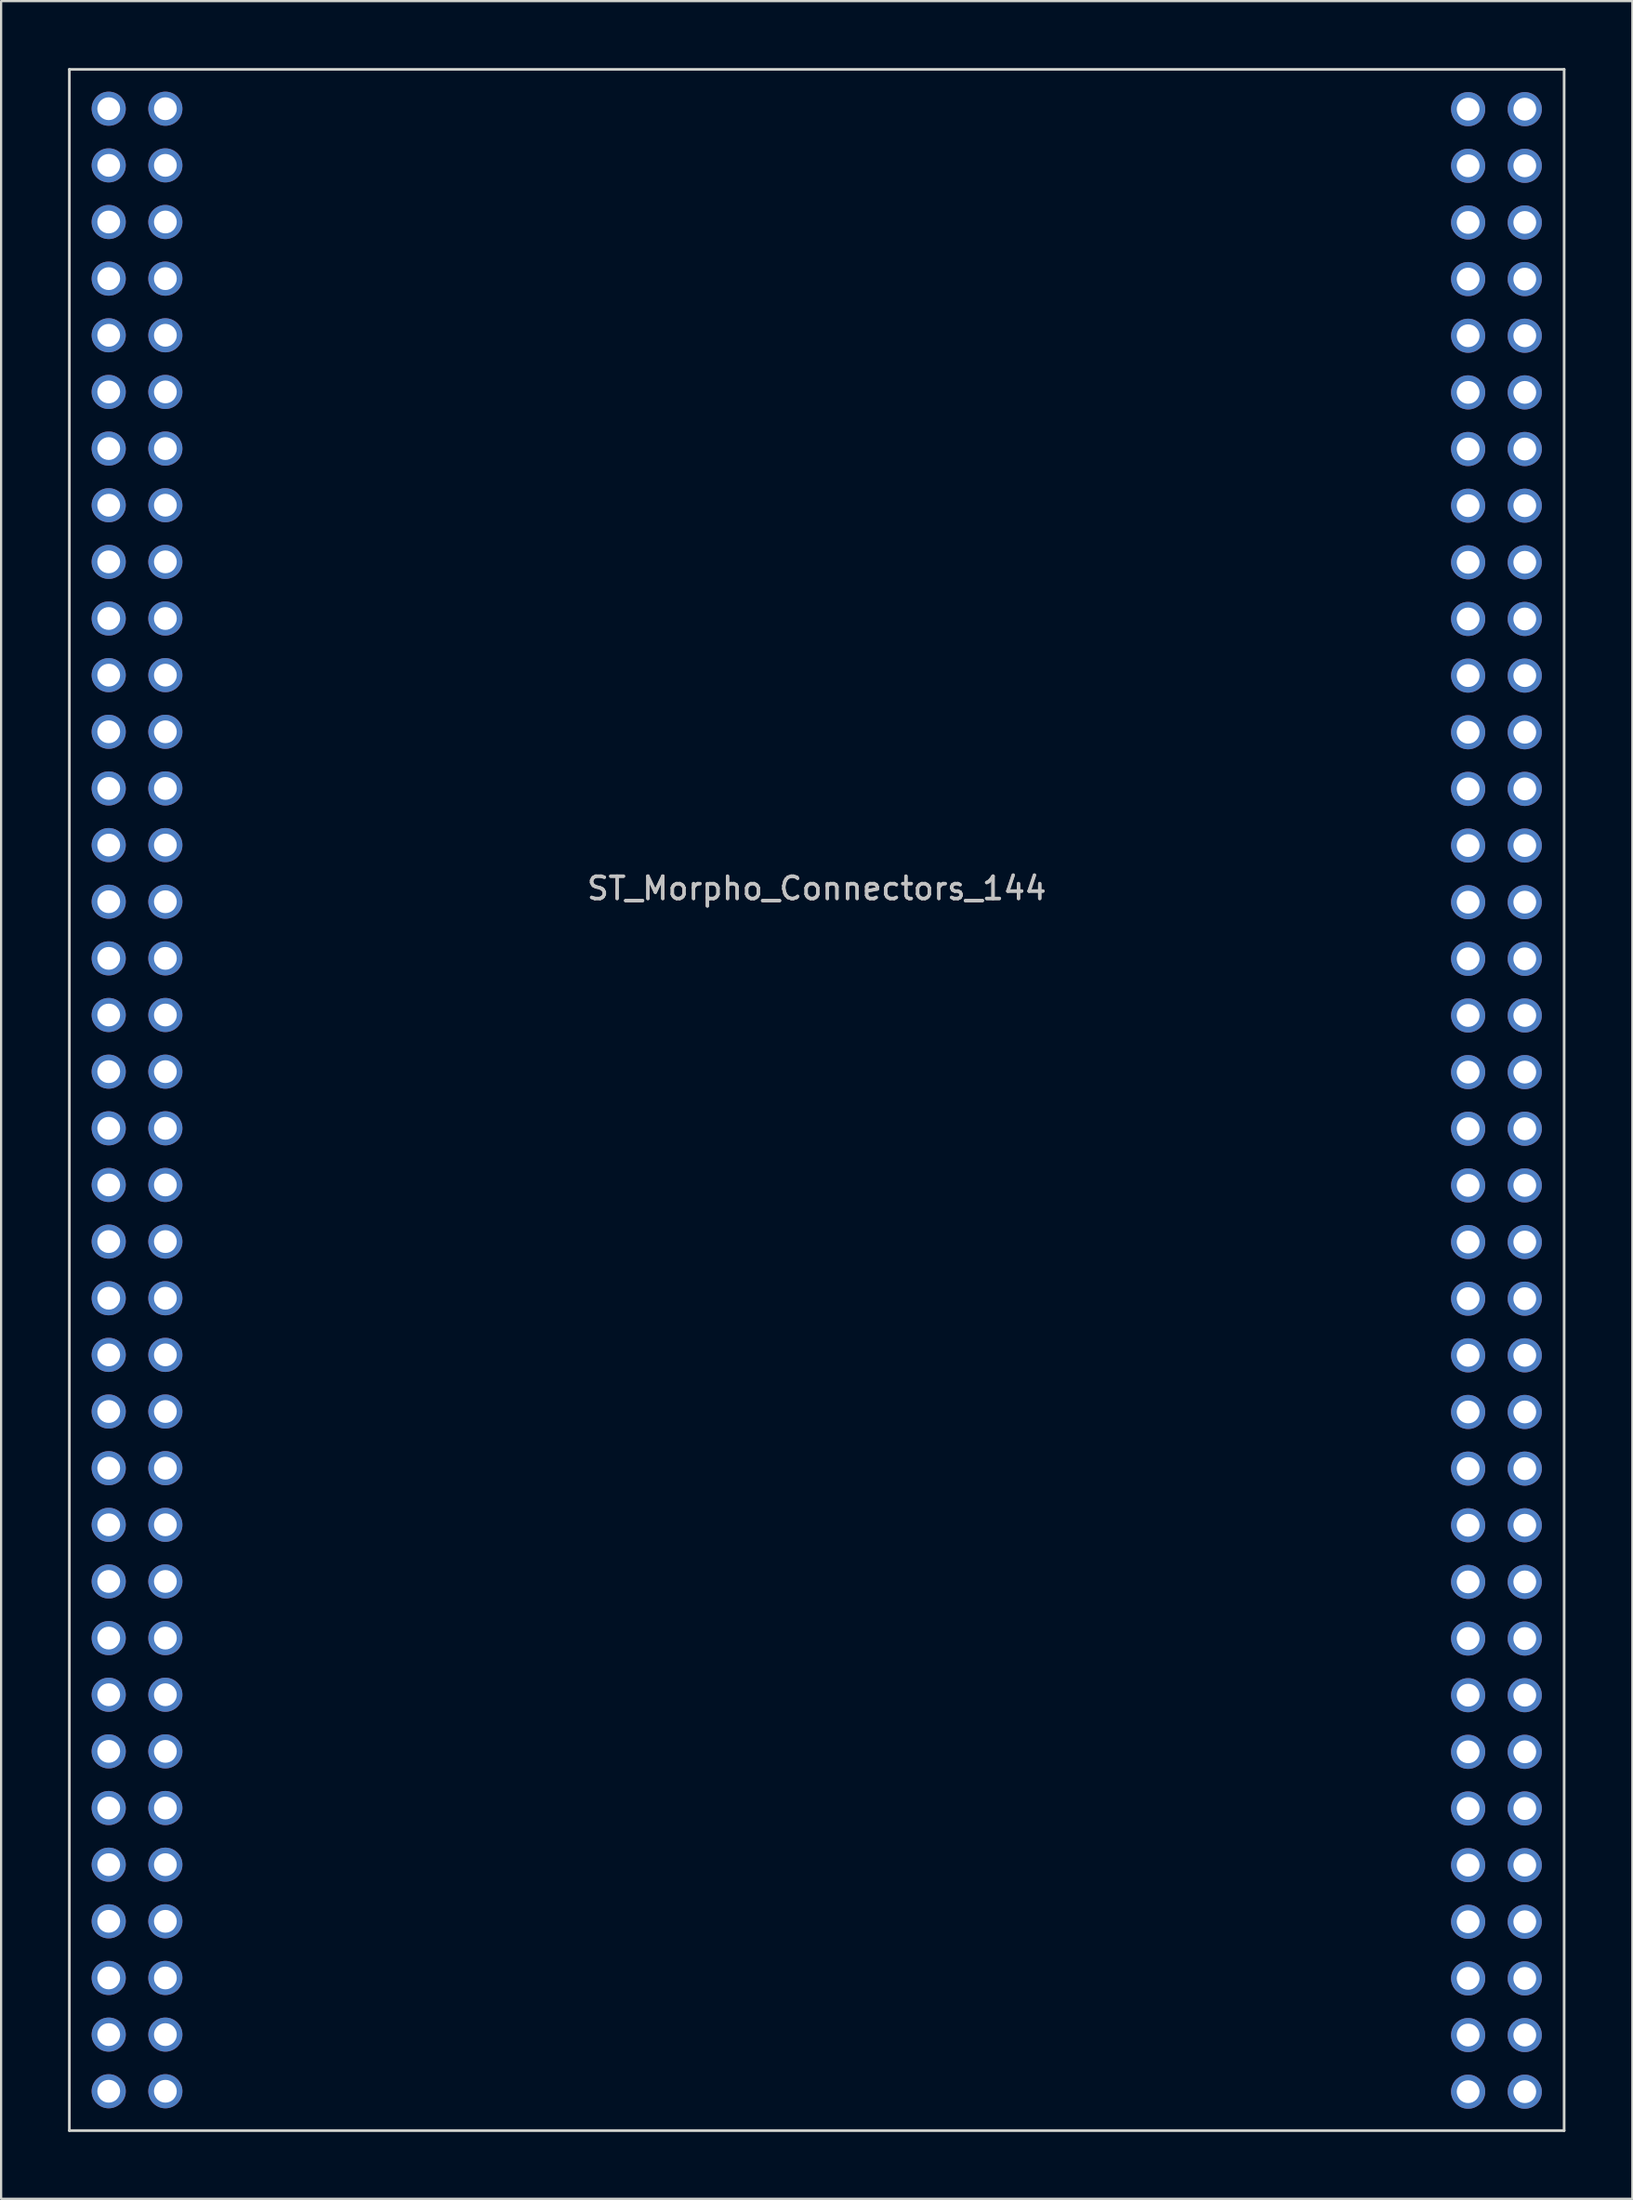
<source format=kicad_pcb>
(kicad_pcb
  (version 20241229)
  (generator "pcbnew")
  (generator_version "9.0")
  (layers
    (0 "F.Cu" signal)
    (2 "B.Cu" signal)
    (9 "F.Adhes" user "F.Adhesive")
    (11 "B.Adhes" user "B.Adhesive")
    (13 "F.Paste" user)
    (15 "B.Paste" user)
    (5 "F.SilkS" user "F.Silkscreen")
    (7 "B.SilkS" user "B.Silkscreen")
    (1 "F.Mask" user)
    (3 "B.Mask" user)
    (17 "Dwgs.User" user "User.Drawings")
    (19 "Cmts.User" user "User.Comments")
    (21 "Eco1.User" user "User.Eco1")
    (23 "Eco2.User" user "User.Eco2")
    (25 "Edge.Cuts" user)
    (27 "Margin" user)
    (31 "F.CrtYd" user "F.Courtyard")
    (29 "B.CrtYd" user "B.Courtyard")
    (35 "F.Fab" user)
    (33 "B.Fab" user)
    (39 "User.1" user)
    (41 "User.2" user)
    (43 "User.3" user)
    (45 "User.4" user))
  (footprint "ST_Morpho_Connectors_144"
    (layer "F.Cu")
    (at 33.62 36.65)
    (property "Reference" "ST_Morpho_Connectors_144" (at -0.045 0.13 0) (layer "Dwgs.User") (effects (font (size 1 1) (thickness 0.15))))
    (attr through_hole)
    (fp_line (start -33.56 -36.59) (end -33.56 55.84) (stroke (width 0.12) (type solid)) (layer "Edge.Cuts"))
    (fp_line (start -33.56 -36.59) (end 33.47 -36.59) (stroke (width 0.12) (type solid)) (layer "Edge.Cuts"))
    (fp_line (start -33.56 55.84) (end 33.47 55.84) (stroke (width 0.12) (type solid)) (layer "Edge.Cuts"))
    (fp_line (start 33.47 -36.59) (end 33.47 55.84) (stroke (width 0.12) (type solid)) (layer "Edge.Cuts"))
    (fp_text user "${REFERENCE}" (at -0.045 0.14 0) (layer "F.Fab") (effects (font (size 1 1) (thickness 0.15))))
    (pad "1" thru_hole circle (at -31.795 -34.825) (size 1.53 1.53) (drill 1.02) (layers "*.Cu" "*.Mask"))
    (pad "2" thru_hole circle (at -29.255 -34.825) (size 1.53 1.53) (drill 1.02) (layers "*.Cu" "*.Mask"))
    (pad "3" thru_hole circle (at -31.795 -32.285) (size 1.53 1.53) (drill 1.02) (layers "*.Cu" "*.Mask"))
    (pad "4" thru_hole circle (at -29.255 -32.285) (size 1.53 1.53) (drill 1.02) (layers "*.Cu" "*.Mask"))
    (pad "5" thru_hole circle (at -31.795 -29.745) (size 1.53 1.53) (drill 1.02) (layers "*.Cu" "*.Mask"))
    (pad "6" thru_hole circle (at -29.255 -29.745) (size 1.53 1.53) (drill 1.02) (layers "*.Cu" "*.Mask"))
    (pad "7" thru_hole circle (at -31.795 -27.205) (size 1.53 1.53) (drill 1.02) (layers "*.Cu" "*.Mask"))
    (pad "8" thru_hole circle (at -29.255 -27.205) (size 1.53 1.53) (drill 1.02) (layers "*.Cu" "*.Mask"))
    (pad "9" thru_hole circle (at -31.795 -24.665) (size 1.53 1.53) (drill 1.02) (layers "*.Cu" "*.Mask"))
    (pad "10" thru_hole circle (at -29.255 -24.665) (size 1.53 1.53) (drill 1.02) (layers "*.Cu" "*.Mask"))
    (pad "11" thru_hole circle (at -31.795 -22.125) (size 1.53 1.53) (drill 1.02) (layers "*.Cu" "*.Mask"))
    (pad "12" thru_hole circle (at -29.255 -22.125) (size 1.53 1.53) (drill 1.02) (layers "*.Cu" "*.Mask"))
    (pad "13" thru_hole circle (at -31.795 -19.585) (size 1.53 1.53) (drill 1.02) (layers "*.Cu" "*.Mask"))
    (pad "14" thru_hole circle (at -29.255 -19.585) (size 1.53 1.53) (drill 1.02) (layers "*.Cu" "*.Mask"))
    (pad "15" thru_hole circle (at -31.795 -17.045) (size 1.53 1.53) (drill 1.02) (layers "*.Cu" "*.Mask"))
    (pad "16" thru_hole circle (at -29.255 -17.045) (size 1.53 1.53) (drill 1.02) (layers "*.Cu" "*.Mask"))
    (pad "17" thru_hole circle (at -31.795 -14.505) (size 1.53 1.53) (drill 1.02) (layers "*.Cu" "*.Mask"))
    (pad "18" thru_hole circle (at -29.255 -14.505) (size 1.53 1.53) (drill 1.02) (layers "*.Cu" "*.Mask"))
    (pad "19" thru_hole circle (at -31.795 -11.965) (size 1.53 1.53) (drill 1.02) (layers "*.Cu" "*.Mask"))
    (pad "20" thru_hole circle (at -29.255 -11.965) (size 1.53 1.53) (drill 1.02) (layers "*.Cu" "*.Mask"))
    (pad "21" thru_hole circle (at -31.795 -9.425) (size 1.53 1.53) (drill 1.02) (layers "*.Cu" "*.Mask"))
    (pad "22" thru_hole circle (at -29.255 -9.425) (size 1.53 1.53) (drill 1.02) (layers "*.Cu" "*.Mask"))
    (pad "23" thru_hole circle (at -31.795 -6.885) (size 1.53 1.53) (drill 1.02) (layers "*.Cu" "*.Mask"))
    (pad "24" thru_hole circle (at -29.255 -6.885) (size 1.53 1.53) (drill 1.02) (layers "*.Cu" "*.Mask"))
    (pad "25" thru_hole circle (at -31.795 -4.345) (size 1.53 1.53) (drill 1.02) (layers "*.Cu" "*.Mask"))
    (pad "26" thru_hole circle (at -29.255 -4.345) (size 1.53 1.53) (drill 1.02) (layers "*.Cu" "*.Mask"))
    (pad "27" thru_hole circle (at -31.795 -1.805) (size 1.53 1.53) (drill 1.02) (layers "*.Cu" "*.Mask"))
    (pad "28" thru_hole circle (at -29.255 -1.805) (size 1.53 1.53) (drill 1.02) (layers "*.Cu" "*.Mask"))
    (pad "29" thru_hole circle (at -31.795 0.735) (size 1.53 1.53) (drill 1.02) (layers "*.Cu" "*.Mask"))
    (pad "30" thru_hole circle (at -29.255 0.735) (size 1.53 1.53) (drill 1.02) (layers "*.Cu" "*.Mask"))
    (pad "31" thru_hole circle (at -31.795 3.275) (size 1.53 1.53) (drill 1.02) (layers "*.Cu" "*.Mask"))
    (pad "32" thru_hole circle (at -29.255 3.275) (size 1.53 1.53) (drill 1.02) (layers "*.Cu" "*.Mask"))
    (pad "33" thru_hole circle (at -31.795 5.815) (size 1.53 1.53) (drill 1.02) (layers "*.Cu" "*.Mask"))
    (pad "34" thru_hole circle (at -29.255 5.815) (size 1.53 1.53) (drill 1.02) (layers "*.Cu" "*.Mask"))
    (pad "35" thru_hole circle (at -31.795 8.355) (size 1.53 1.53) (drill 1.02) (layers "*.Cu" "*.Mask"))
    (pad "36" thru_hole circle (at -29.255 8.355) (size 1.53 1.53) (drill 1.02) (layers "*.Cu" "*.Mask"))
    (pad "37" thru_hole circle (at -31.795 10.895) (size 1.53 1.53) (drill 1.02) (layers "*.Cu" "*.Mask"))
    (pad "38" thru_hole circle (at -29.255 10.895) (size 1.53 1.53) (drill 1.02) (layers "*.Cu" "*.Mask"))
    (pad "39" thru_hole circle (at -31.795 13.435) (size 1.53 1.53) (drill 1.02) (layers "*.Cu" "*.Mask"))
    (pad "40" thru_hole circle (at -29.255 13.435) (size 1.53 1.53) (drill 1.02) (layers "*.Cu" "*.Mask"))
    (pad "41" thru_hole circle (at -31.795 15.975) (size 1.53 1.53) (drill 1.02) (layers "*.Cu" "*.Mask"))
    (pad "42" thru_hole circle (at -29.255 15.975) (size 1.53 1.53) (drill 1.02) (layers "*.Cu" "*.Mask"))
    (pad "43" thru_hole circle (at -31.795 18.515) (size 1.53 1.53) (drill 1.02) (layers "*.Cu" "*.Mask"))
    (pad "44" thru_hole circle (at -29.255 18.515) (size 1.53 1.53) (drill 1.02) (layers "*.Cu" "*.Mask"))
    (pad "45" thru_hole circle (at -31.795 21.055) (size 1.53 1.53) (drill 1.02) (layers "*.Cu" "*.Mask"))
    (pad "46" thru_hole circle (at -29.255 21.055) (size 1.53 1.53) (drill 1.02) (layers "*.Cu" "*.Mask"))
    (pad "47" thru_hole circle (at -31.795 23.595) (size 1.53 1.53) (drill 1.02) (layers "*.Cu" "*.Mask"))
    (pad "48" thru_hole circle (at -29.255 23.595) (size 1.53 1.53) (drill 1.02) (layers "*.Cu" "*.Mask"))
    (pad "49" thru_hole circle (at -31.795 26.135) (size 1.53 1.53) (drill 1.02) (layers "*.Cu" "*.Mask"))
    (pad "50" thru_hole circle (at -29.255 26.135) (size 1.53 1.53) (drill 1.02) (layers "*.Cu" "*.Mask"))
    (pad "51" thru_hole circle (at -31.795 28.675) (size 1.53 1.53) (drill 1.02) (layers "*.Cu" "*.Mask"))
    (pad "52" thru_hole circle (at -29.255 28.675) (size 1.53 1.53) (drill 1.02) (layers "*.Cu" "*.Mask"))
    (pad "53" thru_hole circle (at -31.795 31.215) (size 1.53 1.53) (drill 1.02) (layers "*.Cu" "*.Mask"))
    (pad "54" thru_hole circle (at -29.255 31.215) (size 1.53 1.53) (drill 1.02) (layers "*.Cu" "*.Mask"))
    (pad "55" thru_hole circle (at -31.795 33.755) (size 1.53 1.53) (drill 1.02) (layers "*.Cu" "*.Mask"))
    (pad "56" thru_hole circle (at -29.255 33.755) (size 1.53 1.53) (drill 1.02) (layers "*.Cu" "*.Mask"))
    (pad "57" thru_hole circle (at -31.795 36.295) (size 1.53 1.53) (drill 1.02) (layers "*.Cu" "*.Mask"))
    (pad "58" thru_hole circle (at -29.255 36.295) (size 1.53 1.53) (drill 1.02) (layers "*.Cu" "*.Mask"))
    (pad "59" thru_hole circle (at -31.795 38.835) (size 1.53 1.53) (drill 1.02) (layers "*.Cu" "*.Mask"))
    (pad "60" thru_hole circle (at -29.255 38.835) (size 1.53 1.53) (drill 1.02) (layers "*.Cu" "*.Mask"))
    (pad "61" thru_hole circle (at -31.795 41.375) (size 1.53 1.53) (drill 1.02) (layers "*.Cu" "*.Mask"))
    (pad "62" thru_hole circle (at -29.255 41.375) (size 1.53 1.53) (drill 1.02) (layers "*.Cu" "*.Mask"))
    (pad "63" thru_hole circle (at -31.795 43.915) (size 1.53 1.53) (drill 1.02) (layers "*.Cu" "*.Mask"))
    (pad "64" thru_hole circle (at -29.255 43.915) (size 1.53 1.53) (drill 1.02) (layers "*.Cu" "*.Mask"))
    (pad "65" thru_hole circle (at -31.795 46.455) (size 1.53 1.53) (drill 1.02) (layers "*.Cu" "*.Mask"))
    (pad "66" thru_hole circle (at -29.255 46.455) (size 1.53 1.53) (drill 1.02) (layers "*.Cu" "*.Mask"))
    (pad "67" thru_hole circle (at -31.795 48.995) (size 1.53 1.53) (drill 1.02) (layers "*.Cu" "*.Mask"))
    (pad "68" thru_hole circle (at -29.255 48.995) (size 1.53 1.53) (drill 1.02) (layers "*.Cu" "*.Mask"))
    (pad "69" thru_hole circle (at -31.795 51.535) (size 1.53 1.53) (drill 1.02) (layers "*.Cu" "*.Mask"))
    (pad "70" thru_hole circle (at -29.255 51.535) (size 1.53 1.53) (drill 1.02) (layers "*.Cu" "*.Mask"))
    (pad "71" thru_hole circle (at -31.795 54.075) (size 1.53 1.53) (drill 1.02) (layers "*.Cu" "*.Mask"))
    (pad "72" thru_hole circle (at -29.255 54.075) (size 1.53 1.53) (drill 1.02) (layers "*.Cu" "*.Mask"))
    (pad "73" thru_hole circle (at 29.165 -34.805) (size 1.53 1.53) (drill 1.02) (layers "*.Cu" "*.Mask"))
    (pad "74" thru_hole circle (at 31.705 -34.805) (size 1.53 1.53) (drill 1.02) (layers "*.Cu" "*.Mask"))
    (pad "75" thru_hole circle (at 29.165 -32.265) (size 1.53 1.53) (drill 1.02) (layers "*.Cu" "*.Mask"))
    (pad "76" thru_hole circle (at 31.705 -32.265) (size 1.53 1.53) (drill 1.02) (layers "*.Cu" "*.Mask"))
    (pad "77" thru_hole circle (at 29.165 -29.725) (size 1.53 1.53) (drill 1.02) (layers "*.Cu" "*.Mask"))
    (pad "78" thru_hole circle (at 31.705 -29.725) (size 1.53 1.53) (drill 1.02) (layers "*.Cu" "*.Mask"))
    (pad "79" thru_hole circle (at 29.165 -27.185) (size 1.53 1.53) (drill 1.02) (layers "*.Cu" "*.Mask"))
    (pad "80" thru_hole circle (at 31.705 -27.185) (size 1.53 1.53) (drill 1.02) (layers "*.Cu" "*.Mask"))
    (pad "81" thru_hole circle (at 29.165 -24.645) (size 1.53 1.53) (drill 1.02) (layers "*.Cu" "*.Mask"))
    (pad "82" thru_hole circle (at 31.705 -24.645) (size 1.53 1.53) (drill 1.02) (layers "*.Cu" "*.Mask"))
    (pad "83" thru_hole circle (at 29.165 -22.105) (size 1.53 1.53) (drill 1.02) (layers "*.Cu" "*.Mask"))
    (pad "84" thru_hole circle (at 31.705 -22.105) (size 1.53 1.53) (drill 1.02) (layers "*.Cu" "*.Mask"))
    (pad "85" thru_hole circle (at 29.165 -19.565) (size 1.53 1.53) (drill 1.02) (layers "*.Cu" "*.Mask"))
    (pad "86" thru_hole circle (at 31.705 -19.565) (size 1.53 1.53) (drill 1.02) (layers "*.Cu" "*.Mask"))
    (pad "87" thru_hole circle (at 29.165 -17.025) (size 1.53 1.53) (drill 1.02) (layers "*.Cu" "*.Mask"))
    (pad "88" thru_hole circle (at 31.705 -17.025) (size 1.53 1.53) (drill 1.02) (layers "*.Cu" "*.Mask"))
    (pad "89" thru_hole circle (at 29.165 -14.485) (size 1.53 1.53) (drill 1.02) (layers "*.Cu" "*.Mask"))
    (pad "90" thru_hole circle (at 31.705 -14.485) (size 1.53 1.53) (drill 1.02) (layers "*.Cu" "*.Mask"))
    (pad "91" thru_hole circle (at 29.165 -11.945) (size 1.53 1.53) (drill 1.02) (layers "*.Cu" "*.Mask"))
    (pad "92" thru_hole circle (at 31.705 -11.945) (size 1.53 1.53) (drill 1.02) (layers "*.Cu" "*.Mask"))
    (pad "93" thru_hole circle (at 29.165 -9.405) (size 1.53 1.53) (drill 1.02) (layers "*.Cu" "*.Mask"))
    (pad "94" thru_hole circle (at 31.705 -9.405) (size 1.53 1.53) (drill 1.02) (layers "*.Cu" "*.Mask"))
    (pad "95" thru_hole circle (at 29.165 -6.865) (size 1.53 1.53) (drill 1.02) (layers "*.Cu" "*.Mask"))
    (pad "96" thru_hole circle (at 31.705 -6.865) (size 1.53 1.53) (drill 1.02) (layers "*.Cu" "*.Mask"))
    (pad "97" thru_hole circle (at 29.165 -4.325) (size 1.53 1.53) (drill 1.02) (layers "*.Cu" "*.Mask"))
    (pad "98" thru_hole circle (at 31.705 -4.325) (size 1.53 1.53) (drill 1.02) (layers "*.Cu" "*.Mask"))
    (pad "99" thru_hole circle (at 29.165 -1.785) (size 1.53 1.53) (drill 1.02) (layers "*.Cu" "*.Mask"))
    (pad "100" thru_hole circle (at 31.705 -1.785) (size 1.53 1.53) (drill 1.02) (layers "*.Cu" "*.Mask"))
    (pad "101" thru_hole circle (at 29.165 0.755) (size 1.53 1.53) (drill 1.02) (layers "*.Cu" "*.Mask"))
    (pad "102" thru_hole circle (at 31.705 0.755) (size 1.53 1.53) (drill 1.02) (layers "*.Cu" "*.Mask"))
    (pad "103" thru_hole circle (at 29.165 3.295) (size 1.53 1.53) (drill 1.02) (layers "*.Cu" "*.Mask"))
    (pad "104" thru_hole circle (at 31.705 3.295) (size 1.53 1.53) (drill 1.02) (layers "*.Cu" "*.Mask"))
    (pad "105" thru_hole circle (at 29.165 5.835) (size 1.53 1.53) (drill 1.02) (layers "*.Cu" "*.Mask"))
    (pad "106" thru_hole circle (at 31.705 5.835) (size 1.53 1.53) (drill 1.02) (layers "*.Cu" "*.Mask"))
    (pad "107" thru_hole circle (at 29.165 8.375) (size 1.53 1.53) (drill 1.02) (layers "*.Cu" "*.Mask"))
    (pad "108" thru_hole circle (at 31.705 8.375) (size 1.53 1.53) (drill 1.02) (layers "*.Cu" "*.Mask"))
    (pad "109" thru_hole circle (at 29.165 10.915) (size 1.53 1.53) (drill 1.02) (layers "*.Cu" "*.Mask"))
    (pad "110" thru_hole circle (at 31.705 10.915) (size 1.53 1.53) (drill 1.02) (layers "*.Cu" "*.Mask"))
    (pad "111" thru_hole circle (at 29.165 13.455) (size 1.53 1.53) (drill 1.02) (layers "*.Cu" "*.Mask"))
    (pad "112" thru_hole circle (at 31.705 13.455) (size 1.53 1.53) (drill 1.02) (layers "*.Cu" "*.Mask"))
    (pad "113" thru_hole circle (at 29.165 15.995) (size 1.53 1.53) (drill 1.02) (layers "*.Cu" "*.Mask"))
    (pad "114" thru_hole circle (at 31.705 15.995) (size 1.53 1.53) (drill 1.02) (layers "*.Cu" "*.Mask"))
    (pad "115" thru_hole circle (at 29.165 18.535) (size 1.53 1.53) (drill 1.02) (layers "*.Cu" "*.Mask"))
    (pad "116" thru_hole circle (at 31.705 18.535) (size 1.53 1.53) (drill 1.02) (layers "*.Cu" "*.Mask"))
    (pad "117" thru_hole circle (at 29.165 21.075) (size 1.53 1.53) (drill 1.02) (layers "*.Cu" "*.Mask"))
    (pad "118" thru_hole circle (at 31.705 21.075) (size 1.53 1.53) (drill 1.02) (layers "*.Cu" "*.Mask"))
    (pad "119" thru_hole circle (at 29.165 23.615) (size 1.53 1.53) (drill 1.02) (layers "*.Cu" "*.Mask"))
    (pad "120" thru_hole circle (at 31.705 23.615) (size 1.53 1.53) (drill 1.02) (layers "*.Cu" "*.Mask"))
    (pad "121" thru_hole circle (at 29.165 26.155) (size 1.53 1.53) (drill 1.02) (layers "*.Cu" "*.Mask"))
    (pad "122" thru_hole circle (at 31.705 26.155) (size 1.53 1.53) (drill 1.02) (layers "*.Cu" "*.Mask"))
    (pad "123" thru_hole circle (at 29.165 28.695) (size 1.53 1.53) (drill 1.02) (layers "*.Cu" "*.Mask"))
    (pad "124" thru_hole circle (at 31.705 28.695) (size 1.53 1.53) (drill 1.02) (layers "*.Cu" "*.Mask"))
    (pad "125" thru_hole circle (at 29.165 31.235) (size 1.53 1.53) (drill 1.02) (layers "*.Cu" "*.Mask"))
    (pad "126" thru_hole circle (at 31.705 31.235) (size 1.53 1.53) (drill 1.02) (layers "*.Cu" "*.Mask"))
    (pad "127" thru_hole circle (at 29.165 33.775) (size 1.53 1.53) (drill 1.02) (layers "*.Cu" "*.Mask"))
    (pad "128" thru_hole circle (at 31.705 33.775) (size 1.53 1.53) (drill 1.02) (layers "*.Cu" "*.Mask"))
    (pad "129" thru_hole circle (at 29.165 36.315) (size 1.53 1.53) (drill 1.02) (layers "*.Cu" "*.Mask"))
    (pad "130" thru_hole circle (at 31.705 36.315) (size 1.53 1.53) (drill 1.02) (layers "*.Cu" "*.Mask"))
    (pad "131" thru_hole circle (at 29.165 38.855) (size 1.53 1.53) (drill 1.02) (layers "*.Cu" "*.Mask"))
    (pad "132" thru_hole circle (at 31.705 38.855) (size 1.53 1.53) (drill 1.02) (layers "*.Cu" "*.Mask"))
    (pad "133" thru_hole circle (at 29.165 41.395) (size 1.53 1.53) (drill 1.02) (layers "*.Cu" "*.Mask"))
    (pad "134" thru_hole circle (at 31.705 41.395) (size 1.53 1.53) (drill 1.02) (layers "*.Cu" "*.Mask"))
    (pad "135" thru_hole circle (at 29.165 43.935) (size 1.53 1.53) (drill 1.02) (layers "*.Cu" "*.Mask"))
    (pad "136" thru_hole circle (at 31.705 43.935) (size 1.53 1.53) (drill 1.02) (layers "*.Cu" "*.Mask"))
    (pad "137" thru_hole circle (at 29.165 46.475) (size 1.53 1.53) (drill 1.02) (layers "*.Cu" "*.Mask"))
    (pad "138" thru_hole circle (at 31.705 46.475) (size 1.53 1.53) (drill 1.02) (layers "*.Cu" "*.Mask"))
    (pad "139" thru_hole circle (at 29.165 49.015) (size 1.53 1.53) (drill 1.02) (layers "*.Cu" "*.Mask"))
    (pad "140" thru_hole circle (at 31.705 49.015) (size 1.53 1.53) (drill 1.02) (layers "*.Cu" "*.Mask"))
    (pad "141" thru_hole circle (at 29.165 51.555) (size 1.53 1.53) (drill 1.02) (layers "*.Cu" "*.Mask"))
    (pad "142" thru_hole circle (at 31.705 51.555) (size 1.53 1.53) (drill 1.02) (layers "*.Cu" "*.Mask"))
    (pad "143" thru_hole circle (at 29.165 54.095) (size 1.53 1.53) (drill 1.02) (layers "*.Cu" "*.Mask"))
    (pad "144" thru_hole circle (at 31.705 54.095) (size 1.53 1.53) (drill 1.02) (layers "*.Cu" "*.Mask")))
  (gr_rect
    (start -3 -3)
    (end 70.15 95.55)
    (stroke (width 0.1) (type default))
    (fill no)
    (layer "Edge.Cuts")))
</source>
